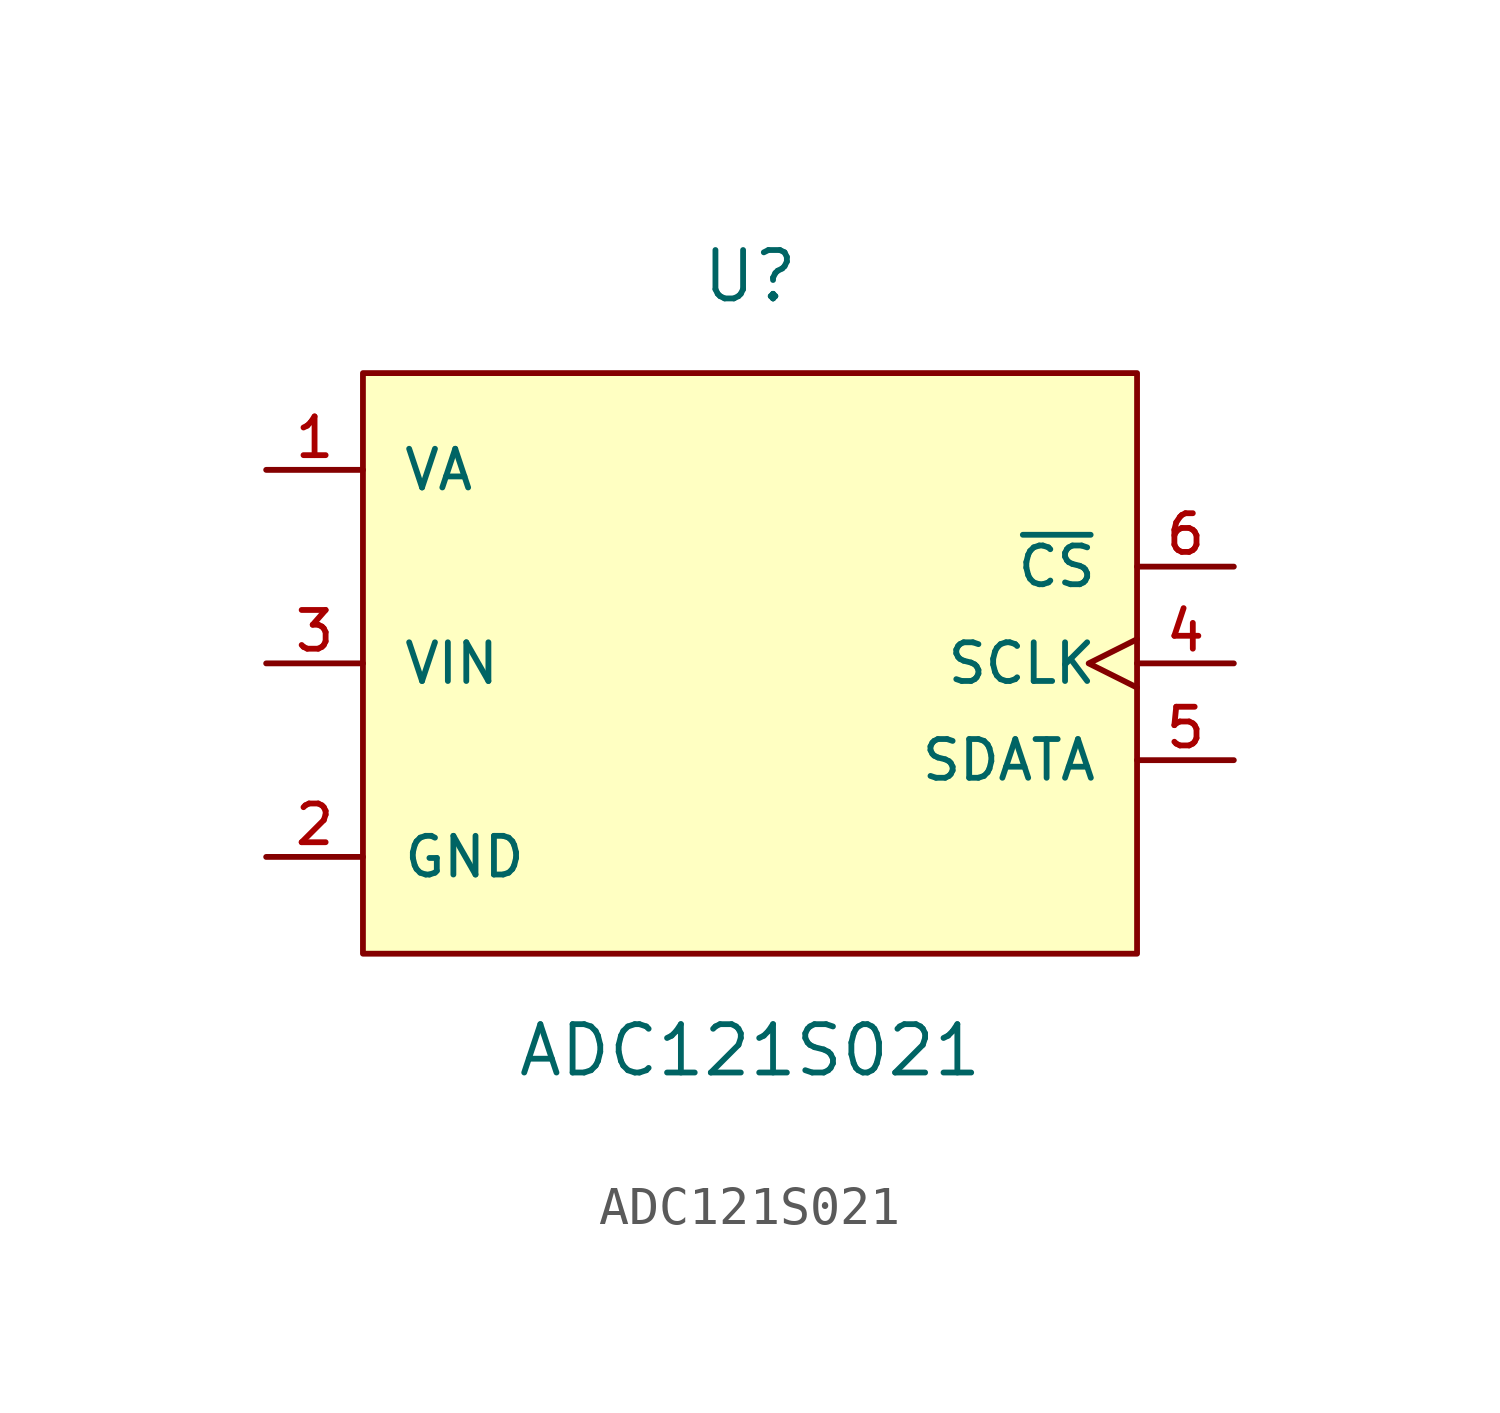
<source format=kicad_sym>
(kicad_symbol_lib
  (version 20211014)
  (generator kicad_symbol_editor)
  (symbol "ADC121S021"
    (pin_names
      (offset 1.016))
    (property "Reference" "U"
      (at 0.0 10.16 0)
      (effects (font (size 1.27 1.27))))
    (property "Value" "ADC121S021"
      (at 0.0 -10.16 0)
      (effects (font (size 1.27 1.27))))
    (symbol "ADC121S021_0_0"
      (rectangle (start -10.16 -7.62) (end 10.16 7.62) (stroke (width 0.152)) (fill (type background)))
      (pin power_in line (at -12.7 5.08 0) (length 2.54) (name "VA" (effects (font (size 1.016 1.016)))) (number "1" (effects (font (size 1.016 1.016)))))
      (pin power_in line (at -12.7 -5.08 0) (length 2.54) (name "GND" (effects (font (size 1.016 1.016)))) (number "2" (effects (font (size 1.016 1.016)))))
      (pin input line (at -12.7 0.0 0) (length 2.54) (name "VIN" (effects (font (size 1.016 1.016)))) (number "3" (effects (font (size 1.016 1.016)))))
      (pin input line (at 12.7 2.54 180.0) (length 2.54) (name "~{CS}" (effects (font (size 1.016 1.016)))) (number "6" (effects (font (size 1.016 1.016)))))
      (pin input clock (at 12.7 0.0 180.0) (length 2.54) (name "SCLK" (effects (font (size 1.016 1.016)))) (number "4" (effects (font (size 1.016 1.016)))))
      (pin output line (at 12.7 -2.54 180.0) (length 2.54) (name "SDATA" (effects (font (size 1.016 1.016)))) (number "5" (effects (font (size 1.016 1.016))))))))
</source>
